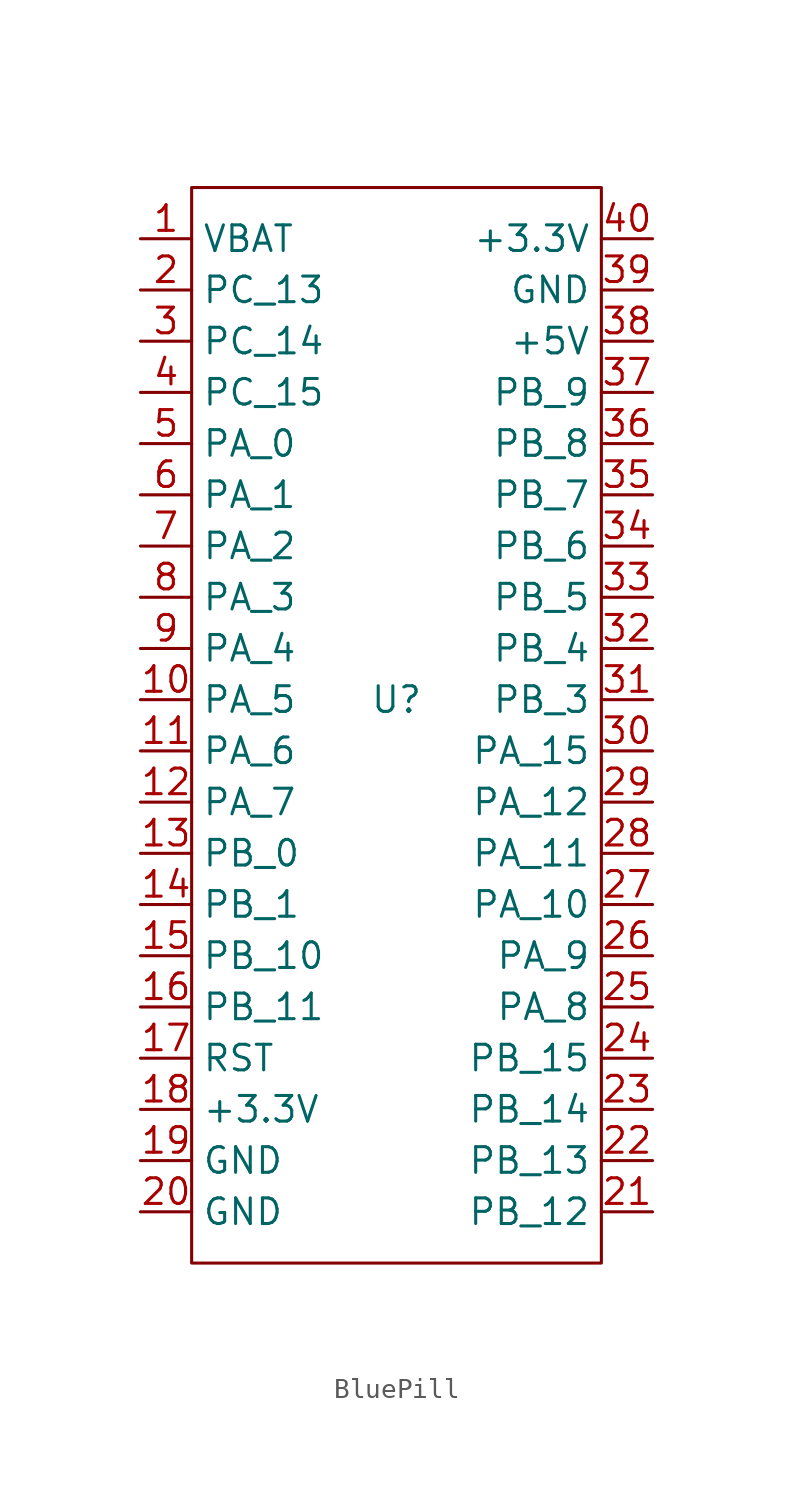
<source format=kicad_sym>
(kicad_symbol_lib
  (version 20220914)
  (generator kicad_symbol_editor)
  (symbol "BluePill"
    (property "Reference" "U"
      (at 0 0 0)
      (effects (font (size 1.27 1.27))))
    (property "Value" ""
      (at -2.54 8.89 0)
      (effects (font (size 1.27 1.27))))
    (symbol "BluePill_0_1"
      (rectangle (start -10.16 25.4) (end 10.16 -27.94) (stroke (width 0) (type default)) (fill (type none))))
    (symbol "BluePill_1_1"
      (pin input line (at -12.7 22.86 0) (length 2.54) (name "VBAT" (effects (font (size 1.27 1.27)))) (number "1" (effects (font (size 1.27 1.27)))))
      (pin input line (at -12.7 0 0) (length 2.54) (name "PA_5" (effects (font (size 1.27 1.27)))) (number "10" (effects (font (size 1.27 1.27)))))
      (pin input line (at -12.7 -2.54 0) (length 2.54) (name "PA_6" (effects (font (size 1.27 1.27)))) (number "11" (effects (font (size 1.27 1.27)))))
      (pin input line (at -12.7 -5.08 0) (length 2.54) (name "PA_7" (effects (font (size 1.27 1.27)))) (number "12" (effects (font (size 1.27 1.27)))))
      (pin input line (at -12.7 -7.62 0) (length 2.54) (name "PB_0" (effects (font (size 1.27 1.27)))) (number "13" (effects (font (size 1.27 1.27)))))
      (pin input line (at -12.7 -10.16 0) (length 2.54) (name "PB_1" (effects (font (size 1.27 1.27)))) (number "14" (effects (font (size 1.27 1.27)))))
      (pin input line (at -12.7 -12.7 0) (length 2.54) (name "PB_10" (effects (font (size 1.27 1.27)))) (number "15" (effects (font (size 1.27 1.27)))))
      (pin input line (at -12.7 -15.24 0) (length 2.54) (name "PB_11" (effects (font (size 1.27 1.27)))) (number "16" (effects (font (size 1.27 1.27)))))
      (pin input line (at -12.7 -17.78 0) (length 2.54) (name "RST" (effects (font (size 1.27 1.27)))) (number "17" (effects (font (size 1.27 1.27)))))
      (pin input line (at -12.7 -20.32 0) (length 2.54) (name "+3.3V" (effects (font (size 1.27 1.27)))) (number "18" (effects (font (size 1.27 1.27)))))
      (pin input line (at -12.7 -22.86 0) (length 2.54) (name "GND" (effects (font (size 1.27 1.27)))) (number "19" (effects (font (size 1.27 1.27)))))
      (pin input line (at -12.7 20.32 0) (length 2.54) (name "PC_13" (effects (font (size 1.27 1.27)))) (number "2" (effects (font (size 1.27 1.27)))))
      (pin input line (at -12.7 -25.4 0) (length 2.54) (name "GND" (effects (font (size 1.27 1.27)))) (number "20" (effects (font (size 1.27 1.27)))))
      (pin input line (at 12.7 -25.4 180) (length 2.54) (name "PB_12" (effects (font (size 1.27 1.27)))) (number "21" (effects (font (size 1.27 1.27)))))
      (pin input line (at 12.7 -22.86 180) (length 2.54) (name "PB_13" (effects (font (size 1.27 1.27)))) (number "22" (effects (font (size 1.27 1.27)))))
      (pin input line (at 12.7 -20.32 180) (length 2.54) (name "PB_14" (effects (font (size 1.27 1.27)))) (number "23" (effects (font (size 1.27 1.27)))))
      (pin input line (at 12.7 -17.78 180) (length 2.54) (name "PB_15" (effects (font (size 1.27 1.27)))) (number "24" (effects (font (size 1.27 1.27)))))
      (pin input line (at 12.7 -15.24 180) (length 2.54) (name "PA_8" (effects (font (size 1.27 1.27)))) (number "25" (effects (font (size 1.27 1.27)))))
      (pin input line (at 12.7 -12.7 180) (length 2.54) (name "PA_9" (effects (font (size 1.27 1.27)))) (number "26" (effects (font (size 1.27 1.27)))))
      (pin input line (at 12.7 -10.16 180) (length 2.54) (name "PA_10" (effects (font (size 1.27 1.27)))) (number "27" (effects (font (size 1.27 1.27)))))
      (pin input line (at 12.7 -7.62 180) (length 2.54) (name "PA_11" (effects (font (size 1.27 1.27)))) (number "28" (effects (font (size 1.27 1.27)))))
      (pin input line (at 12.7 -5.08 180) (length 2.54) (name "PA_12" (effects (font (size 1.27 1.27)))) (number "29" (effects (font (size 1.27 1.27)))))
      (pin input line (at -12.7 17.78 0) (length 2.54) (name "PC_14" (effects (font (size 1.27 1.27)))) (number "3" (effects (font (size 1.27 1.27)))))
      (pin input line (at 12.7 -2.54 180) (length 2.54) (name "PA_15" (effects (font (size 1.27 1.27)))) (number "30" (effects (font (size 1.27 1.27)))))
      (pin input line (at 12.7 0 180) (length 2.54) (name "PB_3" (effects (font (size 1.27 1.27)))) (number "31" (effects (font (size 1.27 1.27)))))
      (pin input line (at 12.7 2.54 180) (length 2.54) (name "PB_4" (effects (font (size 1.27 1.27)))) (number "32" (effects (font (size 1.27 1.27)))))
      (pin input line (at 12.7 5.08 180) (length 2.54) (name "PB_5" (effects (font (size 1.27 1.27)))) (number "33" (effects (font (size 1.27 1.27)))))
      (pin input line (at 12.7 7.62 180) (length 2.54) (name "PB_6" (effects (font (size 1.27 1.27)))) (number "34" (effects (font (size 1.27 1.27)))))
      (pin input line (at 12.7 10.16 180) (length 2.54) (name "PB_7" (effects (font (size 1.27 1.27)))) (number "35" (effects (font (size 1.27 1.27)))))
      (pin input line (at 12.7 12.7 180) (length 2.54) (name "PB_8" (effects (font (size 1.27 1.27)))) (number "36" (effects (font (size 1.27 1.27)))))
      (pin input line (at 12.7 15.24 180) (length 2.54) (name "PB_9" (effects (font (size 1.27 1.27)))) (number "37" (effects (font (size 1.27 1.27)))))
      (pin input line (at 12.7 17.78 180) (length 2.54) (name "+5V" (effects (font (size 1.27 1.27)))) (number "38" (effects (font (size 1.27 1.27)))))
      (pin input line (at 12.7 20.32 180) (length 2.54) (name "GND" (effects (font (size 1.27 1.27)))) (number "39" (effects (font (size 1.27 1.27)))))
      (pin input line (at -12.7 15.24 0) (length 2.54) (name "PC_15" (effects (font (size 1.27 1.27)))) (number "4" (effects (font (size 1.27 1.27)))))
      (pin input line (at 12.7 22.86 180) (length 2.54) (name "+3.3V" (effects (font (size 1.27 1.27)))) (number "40" (effects (font (size 1.27 1.27)))))
      (pin input line (at -12.7 12.7 0) (length 2.54) (name "PA_0" (effects (font (size 1.27 1.27)))) (number "5" (effects (font (size 1.27 1.27)))))
      (pin input line (at -12.7 10.16 0) (length 2.54) (name "PA_1" (effects (font (size 1.27 1.27)))) (number "6" (effects (font (size 1.27 1.27)))))
      (pin input line (at -12.7 7.62 0) (length 2.54) (name "PA_2" (effects (font (size 1.27 1.27)))) (number "7" (effects (font (size 1.27 1.27)))))
      (pin input line (at -12.7 5.08 0) (length 2.54) (name "PA_3" (effects (font (size 1.27 1.27)))) (number "8" (effects (font (size 1.27 1.27)))))
      (pin input line (at -12.7 2.54 0) (length 2.54) (name "PA_4" (effects (font (size 1.27 1.27)))) (number "9" (effects (font (size 1.27 1.27))))))))
</source>
